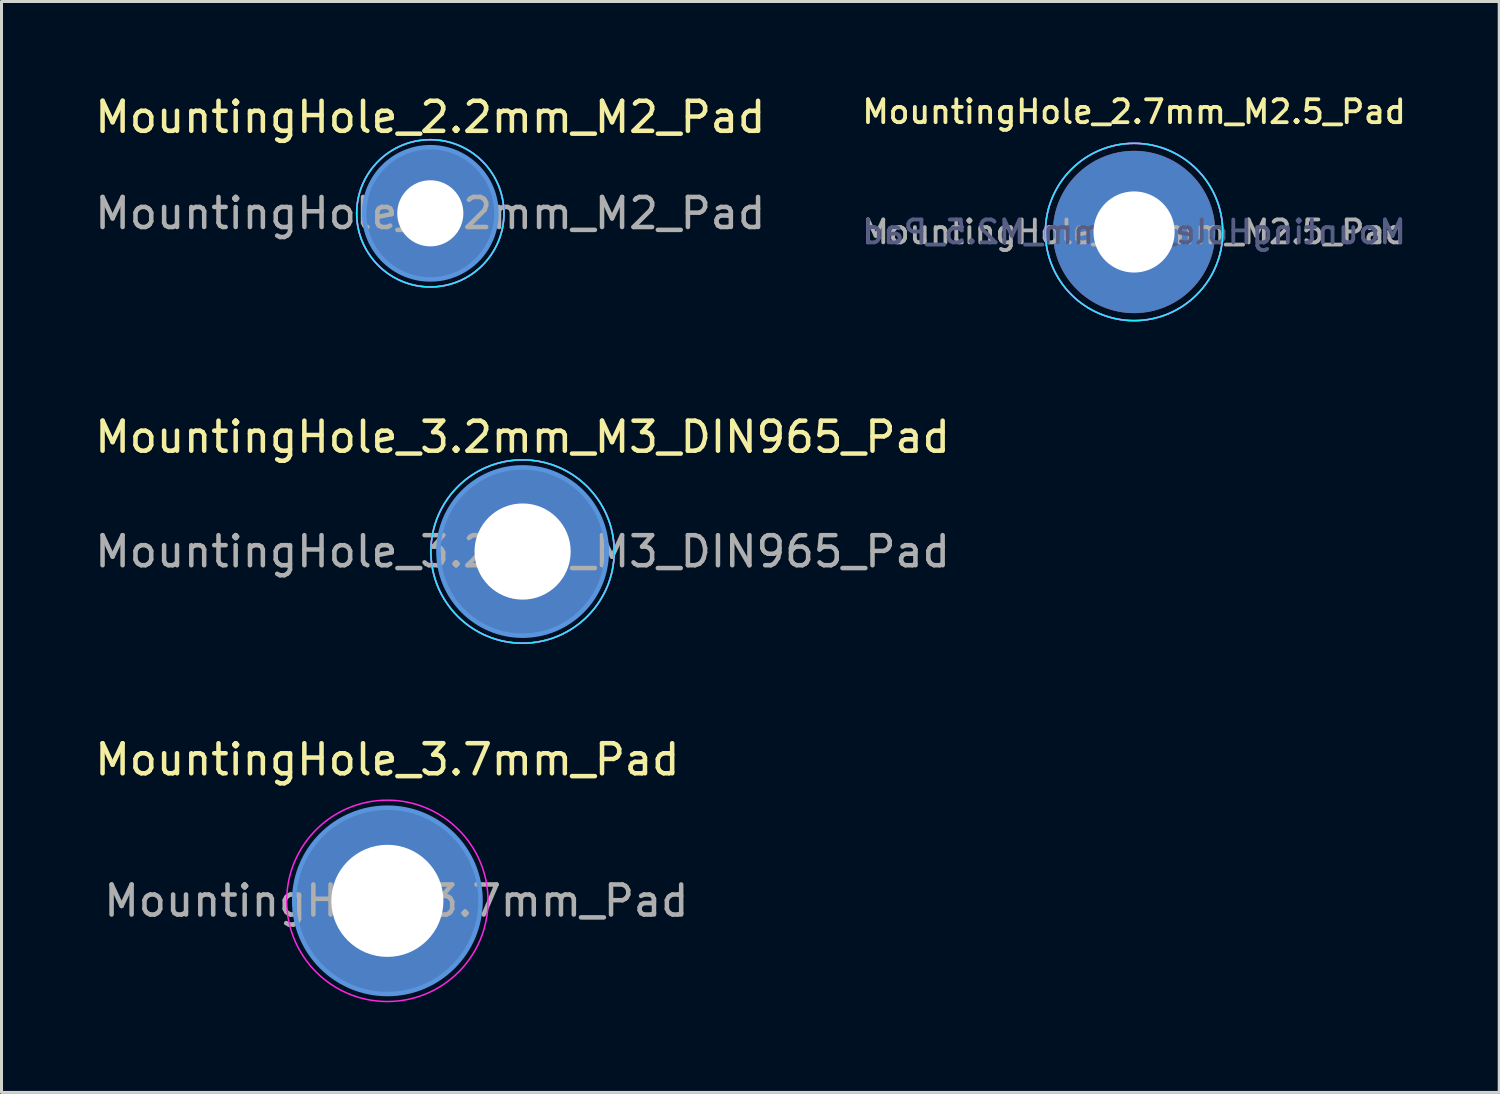
<source format=kicad_pcb>
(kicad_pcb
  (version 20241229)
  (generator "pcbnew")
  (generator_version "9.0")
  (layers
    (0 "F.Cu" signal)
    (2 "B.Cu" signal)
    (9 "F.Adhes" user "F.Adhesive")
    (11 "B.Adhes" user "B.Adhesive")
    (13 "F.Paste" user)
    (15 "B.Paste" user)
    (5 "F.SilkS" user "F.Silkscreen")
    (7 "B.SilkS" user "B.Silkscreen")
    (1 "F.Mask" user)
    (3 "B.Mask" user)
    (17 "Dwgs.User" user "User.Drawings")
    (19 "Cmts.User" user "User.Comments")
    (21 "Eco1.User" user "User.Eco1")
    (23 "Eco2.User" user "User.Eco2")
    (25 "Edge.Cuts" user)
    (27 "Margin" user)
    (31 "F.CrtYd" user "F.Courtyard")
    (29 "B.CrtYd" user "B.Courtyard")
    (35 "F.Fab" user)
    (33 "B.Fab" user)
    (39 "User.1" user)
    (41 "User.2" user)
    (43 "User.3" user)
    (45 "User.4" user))
  (footprint "MountingHole_2.2mm_M2_Pad"
    (layer "F.Cu")
    (at 11.268 4.048)
    (property "Reference" "MountingHole_2.2mm_M2_Pad" (at 0 -3.2 0) (layer "F.SilkS") (effects (font (size 1 1) (thickness 0.15))))
    (attr exclude_from_pos_files exclude_from_bom)
    (fp_circle (center 0 0) (end 2.2 0) (stroke (width 0.15) (type solid)) (fill no) (layer "Cmts.User"))
    (fp_circle (center 0 0) (end 2.45 0) (stroke (width 0.05) (type solid)) (fill no) (layer "B.CrtYd"))
    (fp_circle (center 0 0) (end 2.45 0) (stroke (width 0.05) (type solid)) (fill no) (layer "F.CrtYd"))
    (fp_circle (center 0 0) (end 2.45 0) (stroke (width 0.05) (type solid)) (fill no) (layer "B.Fab"))
    (fp_circle (center 0 0) (end 2.45 0) (stroke (width 0.05) (type solid)) (fill no) (layer "F.Fab"))
    (fp_text user "${REFERENCE}" (at 0 0 0) (layer "F.Fab") (effects (font (size 1 1) (thickness 0.15))))
    (pad "1" thru_hole circle (at 0 0) (size 4.4 4.4) (drill 2.2) (layers "*.Cu" "*.Mask")))
  (footprint "MountingHole_3.2mm_M3_DIN965_Pad"
    (layer "F.Cu")
    (at 14.339 15.302)
    (property "Reference" "MountingHole_3.2mm_M3_DIN965_Pad" (at 0 -3.81 0) (layer "F.SilkS") (effects (font (size 1 1) (thickness 0.15))))
    (attr exclude_from_pos_files exclude_from_bom)
    (fp_circle (center 0 0) (end 2.8 0) (stroke (width 0.15) (type solid)) (fill no) (layer "Cmts.User"))
    (fp_circle (center -0.002 0) (end 3.048 0) (stroke (width 0.05) (type solid)) (fill no) (layer "B.CrtYd"))
    (fp_circle (center 0 0) (end 3.05 0) (stroke (width 0.05) (type solid)) (fill no) (layer "F.CrtYd"))
    (fp_circle (center -0.002 0) (end 3.048 0) (stroke (width 0.05) (type solid)) (fill no) (layer "B.Fab"))
    (fp_circle (center -0.002 0) (end 3.048 0) (stroke (width 0.05) (type solid)) (fill no) (layer "F.Fab"))
    (fp_text user "${REFERENCE}" (at 0 0 0) (layer "F.Fab") (effects (font (size 1 1) (thickness 0.15))))
    (pad "1" thru_hole circle (at 0 0) (size 5.6 5.6) (drill 3.2) (layers "*.Cu" "*.Mask")))
  (footprint "MountingHole_2.7mm_M2.5_Pad"
    (layer "F.Cu")
    (at 34.685 4.669)
    (property "Reference" "MountingHole_2.7mm_M2.5_Pad" (at 0 -4 0) (layer "F.SilkS") (effects (font (size 0.762 0.762) (thickness 0.127))))
    (attr exclude_from_pos_files exclude_from_bom)
    (fp_circle (center 0 0) (end 2.95 0) (stroke (width 0.05) (type solid)) (fill no) (layer "B.CrtYd"))
    (fp_circle (center 0 0) (end 2.95 0) (stroke (width 0.05) (type solid)) (fill no) (layer "F.CrtYd"))
    (fp_circle (center 0 0) (end 2.95 0) (stroke (width 0.05) (type solid)) (fill no) (layer "B.Fab"))
    (fp_circle (center 0 0) (end 2.95 0) (stroke (width 0.05) (type solid)) (fill no) (layer "F.Fab"))
    (fp_text user "${REFERENCE}" (at 0 0 0) (layer "B.Fab") (effects (font (size 0.762 0.762) (thickness 0.127)) (justify mirror)))
    (fp_text user "${REFERENCE}" (at 0 0 0) (layer "F.Fab") (effects (font (size 0.762 0.762) (thickness 0.127))))
    (pad "1" thru_hole circle (at 0 0) (size 5.4 5.4) (drill 2.7) (layers "*.Cu" "*.Mask")))
  (footprint "MountingHole_3.7mm_Pad"
    (layer "F.Cu")
    (at 9.839 26.925)
    (property "Reference" "MountingHole_3.7mm_Pad" (at 0 -4.7 0) (layer "F.SilkS") (effects (font (size 1 1) (thickness 0.15))))
    (attr exclude_from_pos_files exclude_from_bom)
    (fp_circle (center 0 0) (end 3.1 0) (stroke (width 0.15) (type solid)) (fill no) (layer "Cmts.User"))
    (fp_circle (center 0 0) (end 3.35 0) (stroke (width 0.05) (type solid)) (fill no) (layer "F.CrtYd"))
    (fp_text user "${REFERENCE}" (at 0.3 0 0) (layer "F.Fab") (effects (font (size 1 1) (thickness 0.15))))
    (pad "1" thru_hole circle (at 0 0) (size 6.2 6.2) (drill 3.73) (layers "*.Cu" "*.Mask")))
  (gr_rect
    (start -3 -3)
    (end 46.835 33.3)
    (stroke (width 0.1) (type default))
    (fill no)
    (layer "Edge.Cuts")))
</source>
